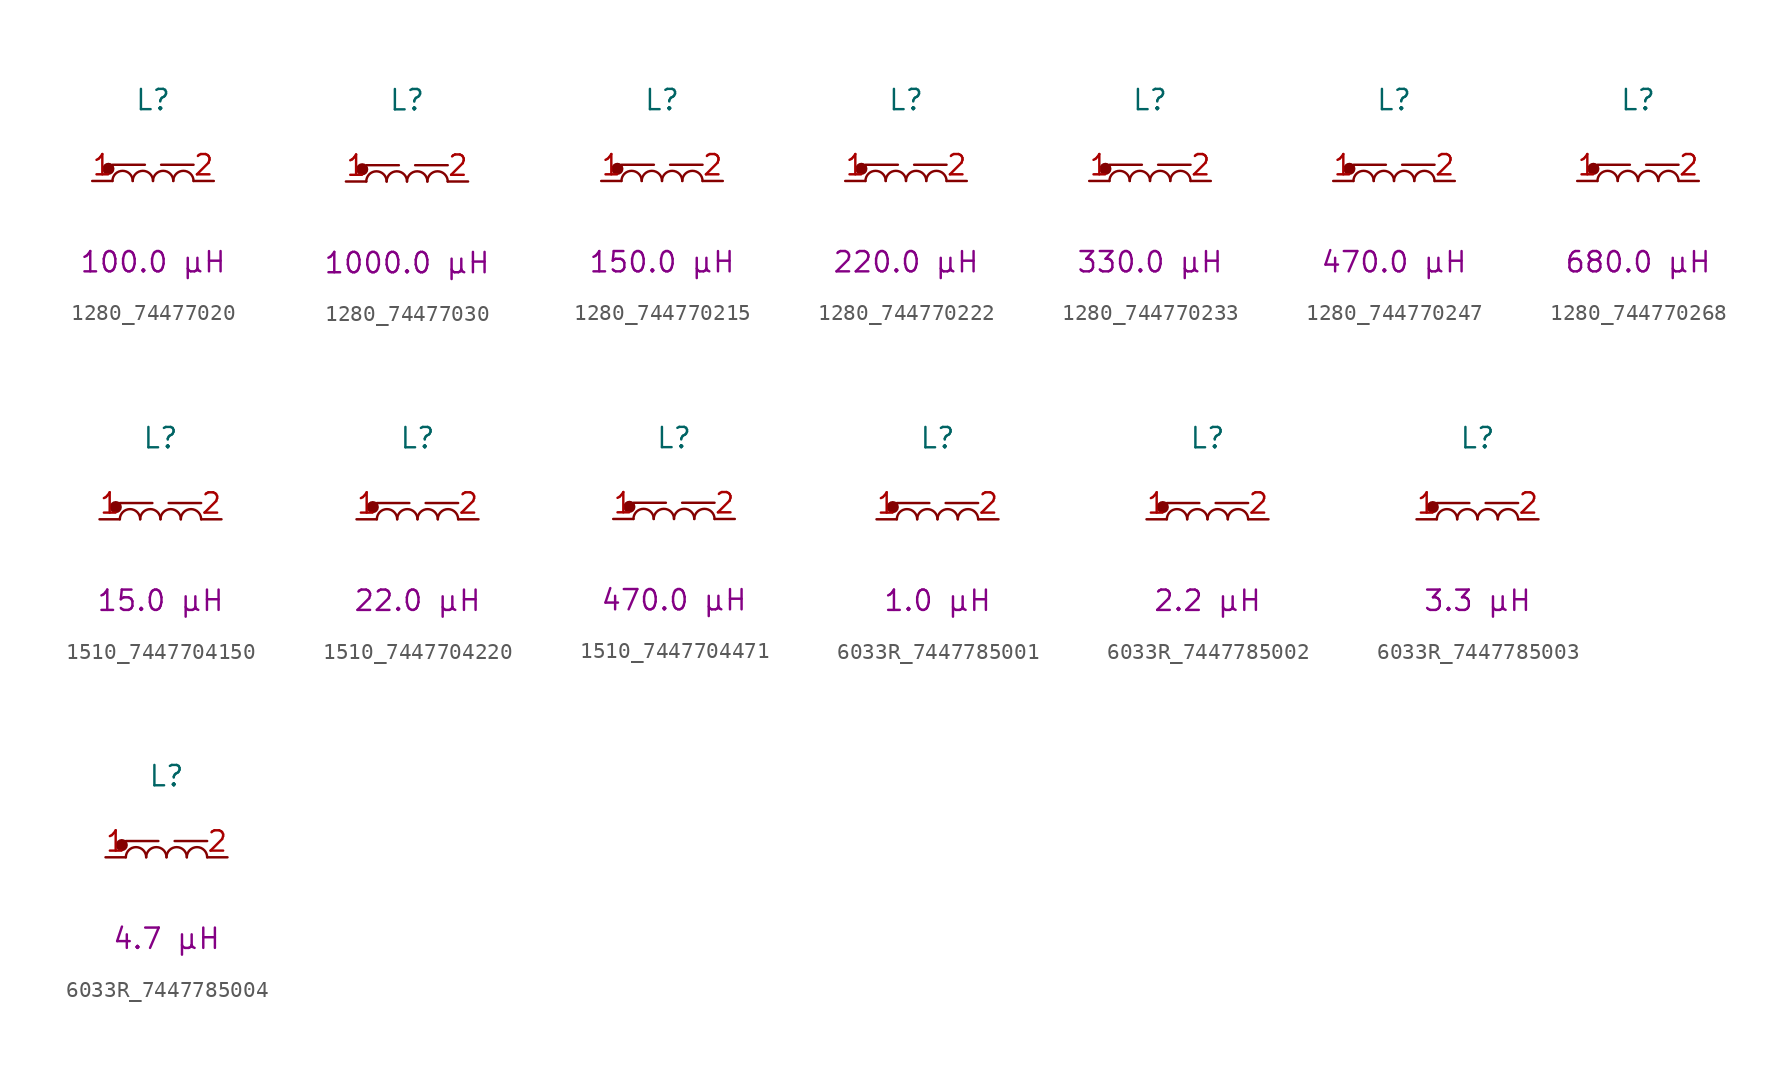
<source format=kicad_sym>
(kicad_symbol_lib
  (version 20220914)
  (generator kicad_symbol_editor)
  (symbol "1280_74477020"
    (pin_names hide)
    (property "Reference" "L"
      (at 0 5.08 0)
      (effects (font (size 1.27 1.27))))
    (property "Critical Parameter" "100.0 µH"
      (at 0 -5.08 0)
      (effects (font (size 1.27 1.27))))
    (symbol "1280_74477020_0_1"
      (arc (start -1.27 0) (mid -1.905 0.6323) (end -2.54 0) (stroke (width 0) (type default)) (fill (type none)))
      (arc (start 0 0) (mid -0.635 0.6323) (end -1.27 0) (stroke (width 0) (type default)) (fill (type none)))
      (polyline (pts (xy -2.54 1.016) (xy -0.508 1.016)) (stroke (width 0) (type default)) (fill (type none)))
      (arc (start 1.27 0) (mid 0.635 0.6323) (end 0 0) (stroke (width 0) (type default)) (fill (type none)))
      (arc (start 2.54 0) (mid 1.905 0.6323) (end 1.27 0) (stroke (width 0) (type default)) (fill (type none))))
    (symbol "1280_74477020_1_1"
      (circle (center -2.794 0.762) (radius 0.0001) (stroke (width 0.381) (type default)) (fill (type none)))
      (polyline (pts (xy 2.54 1.016) (xy 0.508 1.016)) (stroke (width 0) (type default)) (fill (type none)))
      (pin passive line (at -3.81 0 0) (length 1.27) (name "1" (effects (font (size 1.27 1.27)))) (number "1" (effects (font (size 1.27 1.27)))))
      (pin passive line (at 3.81 0 180) (length 1.27) (name "2" (effects (font (size 1.27 1.27)))) (number "2" (effects (font (size 1.27 1.27)))))))
  (symbol "1280_74477030"
    (pin_names hide)
    (property "Reference" "L"
      (at 0 5.08 0)
      (effects (font (size 1.27 1.27))))
    (property "Critical Parameter" "1000.0 µH"
      (at 0 -5.08 0)
      (effects (font (size 1.27 1.27))))
    (symbol "1280_74477030_0_1"
      (arc (start -1.27 0) (mid -1.905 0.6323) (end -2.54 0) (stroke (width 0) (type default)) (fill (type none)))
      (arc (start 0 0) (mid -0.635 0.6323) (end -1.27 0) (stroke (width 0) (type default)) (fill (type none)))
      (polyline (pts (xy -2.54 1.016) (xy -0.508 1.016)) (stroke (width 0) (type default)) (fill (type none)))
      (arc (start 1.27 0) (mid 0.635 0.6323) (end 0 0) (stroke (width 0) (type default)) (fill (type none)))
      (arc (start 2.54 0) (mid 1.905 0.6323) (end 1.27 0) (stroke (width 0) (type default)) (fill (type none))))
    (symbol "1280_74477030_1_1"
      (circle (center -2.794 0.762) (radius 0.0001) (stroke (width 0.381) (type default)) (fill (type none)))
      (polyline (pts (xy 2.54 1.016) (xy 0.508 1.016)) (stroke (width 0) (type default)) (fill (type none)))
      (pin passive line (at -3.81 0 0) (length 1.27) (name "1" (effects (font (size 1.27 1.27)))) (number "1" (effects (font (size 1.27 1.27)))))
      (pin passive line (at 3.81 0 180) (length 1.27) (name "2" (effects (font (size 1.27 1.27)))) (number "2" (effects (font (size 1.27 1.27)))))))
  (symbol "1280_744770215"
    (pin_names hide)
    (property "Reference" "L"
      (at 0 5.08 0)
      (effects (font (size 1.27 1.27))))
    (property "Critical Parameter" "150.0 µH"
      (at 0 -5.08 0)
      (effects (font (size 1.27 1.27))))
    (symbol "1280_744770215_0_1"
      (arc (start -1.27 0) (mid -1.905 0.6323) (end -2.54 0) (stroke (width 0) (type default)) (fill (type none)))
      (arc (start 0 0) (mid -0.635 0.6323) (end -1.27 0) (stroke (width 0) (type default)) (fill (type none)))
      (polyline (pts (xy -2.54 1.016) (xy -0.508 1.016)) (stroke (width 0) (type default)) (fill (type none)))
      (arc (start 1.27 0) (mid 0.635 0.6323) (end 0 0) (stroke (width 0) (type default)) (fill (type none)))
      (arc (start 2.54 0) (mid 1.905 0.6323) (end 1.27 0) (stroke (width 0) (type default)) (fill (type none))))
    (symbol "1280_744770215_1_1"
      (circle (center -2.794 0.762) (radius 0.0001) (stroke (width 0.381) (type default)) (fill (type none)))
      (polyline (pts (xy 2.54 1.016) (xy 0.508 1.016)) (stroke (width 0) (type default)) (fill (type none)))
      (pin passive line (at -3.81 0 0) (length 1.27) (name "1" (effects (font (size 1.27 1.27)))) (number "1" (effects (font (size 1.27 1.27)))))
      (pin passive line (at 3.81 0 180) (length 1.27) (name "2" (effects (font (size 1.27 1.27)))) (number "2" (effects (font (size 1.27 1.27)))))))
  (symbol "1280_744770222"
    (pin_names hide)
    (property "Reference" "L"
      (at 0 5.08 0)
      (effects (font (size 1.27 1.27))))
    (property "Critical Parameter" "220.0 µH"
      (at 0 -5.08 0)
      (effects (font (size 1.27 1.27))))
    (symbol "1280_744770222_0_1"
      (arc (start -1.27 0) (mid -1.905 0.6323) (end -2.54 0) (stroke (width 0) (type default)) (fill (type none)))
      (arc (start 0 0) (mid -0.635 0.6323) (end -1.27 0) (stroke (width 0) (type default)) (fill (type none)))
      (polyline (pts (xy -2.54 1.016) (xy -0.508 1.016)) (stroke (width 0) (type default)) (fill (type none)))
      (arc (start 1.27 0) (mid 0.635 0.6323) (end 0 0) (stroke (width 0) (type default)) (fill (type none)))
      (arc (start 2.54 0) (mid 1.905 0.6323) (end 1.27 0) (stroke (width 0) (type default)) (fill (type none))))
    (symbol "1280_744770222_1_1"
      (circle (center -2.794 0.762) (radius 0.0001) (stroke (width 0.381) (type default)) (fill (type none)))
      (polyline (pts (xy 2.54 1.016) (xy 0.508 1.016)) (stroke (width 0) (type default)) (fill (type none)))
      (pin passive line (at -3.81 0 0) (length 1.27) (name "1" (effects (font (size 1.27 1.27)))) (number "1" (effects (font (size 1.27 1.27)))))
      (pin passive line (at 3.81 0 180) (length 1.27) (name "2" (effects (font (size 1.27 1.27)))) (number "2" (effects (font (size 1.27 1.27)))))))
  (symbol "1280_744770233"
    (pin_names hide)
    (property "Reference" "L"
      (at 0 5.08 0)
      (effects (font (size 1.27 1.27))))
    (property "Critical Parameter" "330.0 µH"
      (at 0 -5.08 0)
      (effects (font (size 1.27 1.27))))
    (symbol "1280_744770233_0_1"
      (arc (start -1.27 0) (mid -1.905 0.6323) (end -2.54 0) (stroke (width 0) (type default)) (fill (type none)))
      (arc (start 0 0) (mid -0.635 0.6323) (end -1.27 0) (stroke (width 0) (type default)) (fill (type none)))
      (polyline (pts (xy -2.54 1.016) (xy -0.508 1.016)) (stroke (width 0) (type default)) (fill (type none)))
      (arc (start 1.27 0) (mid 0.635 0.6323) (end 0 0) (stroke (width 0) (type default)) (fill (type none)))
      (arc (start 2.54 0) (mid 1.905 0.6323) (end 1.27 0) (stroke (width 0) (type default)) (fill (type none))))
    (symbol "1280_744770233_1_1"
      (circle (center -2.794 0.762) (radius 0.0001) (stroke (width 0.381) (type default)) (fill (type none)))
      (polyline (pts (xy 2.54 1.016) (xy 0.508 1.016)) (stroke (width 0) (type default)) (fill (type none)))
      (pin passive line (at -3.81 0 0) (length 1.27) (name "1" (effects (font (size 1.27 1.27)))) (number "1" (effects (font (size 1.27 1.27)))))
      (pin passive line (at 3.81 0 180) (length 1.27) (name "2" (effects (font (size 1.27 1.27)))) (number "2" (effects (font (size 1.27 1.27)))))))
  (symbol "1280_744770247"
    (pin_names hide)
    (property "Reference" "L"
      (at 0 5.08 0)
      (effects (font (size 1.27 1.27))))
    (property "Critical Parameter" "470.0 µH"
      (at 0 -5.08 0)
      (effects (font (size 1.27 1.27))))
    (symbol "1280_744770247_0_1"
      (arc (start -1.27 0) (mid -1.905 0.6323) (end -2.54 0) (stroke (width 0) (type default)) (fill (type none)))
      (arc (start 0 0) (mid -0.635 0.6323) (end -1.27 0) (stroke (width 0) (type default)) (fill (type none)))
      (polyline (pts (xy -2.54 1.016) (xy -0.508 1.016)) (stroke (width 0) (type default)) (fill (type none)))
      (arc (start 1.27 0) (mid 0.635 0.6323) (end 0 0) (stroke (width 0) (type default)) (fill (type none)))
      (arc (start 2.54 0) (mid 1.905 0.6323) (end 1.27 0) (stroke (width 0) (type default)) (fill (type none))))
    (symbol "1280_744770247_1_1"
      (circle (center -2.794 0.762) (radius 0.0001) (stroke (width 0.381) (type default)) (fill (type none)))
      (polyline (pts (xy 2.54 1.016) (xy 0.508 1.016)) (stroke (width 0) (type default)) (fill (type none)))
      (pin passive line (at -3.81 0 0) (length 1.27) (name "1" (effects (font (size 1.27 1.27)))) (number "1" (effects (font (size 1.27 1.27)))))
      (pin passive line (at 3.81 0 180) (length 1.27) (name "2" (effects (font (size 1.27 1.27)))) (number "2" (effects (font (size 1.27 1.27)))))))
  (symbol "1280_744770268"
    (pin_names hide)
    (property "Reference" "L"
      (at 0 5.08 0)
      (effects (font (size 1.27 1.27))))
    (property "Critical Parameter" "680.0 µH"
      (at 0 -5.08 0)
      (effects (font (size 1.27 1.27))))
    (symbol "1280_744770268_0_1"
      (arc (start -1.27 0) (mid -1.905 0.6323) (end -2.54 0) (stroke (width 0) (type default)) (fill (type none)))
      (arc (start 0 0) (mid -0.635 0.6323) (end -1.27 0) (stroke (width 0) (type default)) (fill (type none)))
      (polyline (pts (xy -2.54 1.016) (xy -0.508 1.016)) (stroke (width 0) (type default)) (fill (type none)))
      (arc (start 1.27 0) (mid 0.635 0.6323) (end 0 0) (stroke (width 0) (type default)) (fill (type none)))
      (arc (start 2.54 0) (mid 1.905 0.6323) (end 1.27 0) (stroke (width 0) (type default)) (fill (type none))))
    (symbol "1280_744770268_1_1"
      (circle (center -2.794 0.762) (radius 0.0001) (stroke (width 0.381) (type default)) (fill (type none)))
      (polyline (pts (xy 2.54 1.016) (xy 0.508 1.016)) (stroke (width 0) (type default)) (fill (type none)))
      (pin passive line (at -3.81 0 0) (length 1.27) (name "1" (effects (font (size 1.27 1.27)))) (number "1" (effects (font (size 1.27 1.27)))))
      (pin passive line (at 3.81 0 180) (length 1.27) (name "2" (effects (font (size 1.27 1.27)))) (number "2" (effects (font (size 1.27 1.27)))))))
  (symbol "1510_7447704150"
    (pin_names hide)
    (property "Reference" "L"
      (at 0 5.08 0)
      (effects (font (size 1.27 1.27))))
    (property "Critical Parameter" "15.0 µH"
      (at 0 -5.08 0)
      (effects (font (size 1.27 1.27))))
    (symbol "1510_7447704150_0_1"
      (arc (start -1.27 0) (mid -1.905 0.6323) (end -2.54 0) (stroke (width 0) (type default)) (fill (type none)))
      (arc (start 0 0) (mid -0.635 0.6323) (end -1.27 0) (stroke (width 0) (type default)) (fill (type none)))
      (polyline (pts (xy -2.54 1.016) (xy -0.508 1.016)) (stroke (width 0) (type default)) (fill (type none)))
      (arc (start 1.27 0) (mid 0.635 0.6323) (end 0 0) (stroke (width 0) (type default)) (fill (type none)))
      (arc (start 2.54 0) (mid 1.905 0.6323) (end 1.27 0) (stroke (width 0) (type default)) (fill (type none))))
    (symbol "1510_7447704150_1_1"
      (circle (center -2.794 0.762) (radius 0.0001) (stroke (width 0.381) (type default)) (fill (type none)))
      (polyline (pts (xy 2.54 1.016) (xy 0.508 1.016)) (stroke (width 0) (type default)) (fill (type none)))
      (pin passive line (at -3.81 0 0) (length 1.27) (name "1" (effects (font (size 1.27 1.27)))) (number "1" (effects (font (size 1.27 1.27)))))
      (pin passive line (at 3.81 0 180) (length 1.27) (name "2" (effects (font (size 1.27 1.27)))) (number "2" (effects (font (size 1.27 1.27)))))))
  (symbol "1510_7447704220"
    (pin_names hide)
    (property "Reference" "L"
      (at 0 5.08 0)
      (effects (font (size 1.27 1.27))))
    (property "Critical Parameter" "22.0 µH"
      (at 0 -5.08 0)
      (effects (font (size 1.27 1.27))))
    (symbol "1510_7447704220_0_1"
      (arc (start -1.27 0) (mid -1.905 0.6323) (end -2.54 0) (stroke (width 0) (type default)) (fill (type none)))
      (arc (start 0 0) (mid -0.635 0.6323) (end -1.27 0) (stroke (width 0) (type default)) (fill (type none)))
      (polyline (pts (xy -2.54 1.016) (xy -0.508 1.016)) (stroke (width 0) (type default)) (fill (type none)))
      (arc (start 1.27 0) (mid 0.635 0.6323) (end 0 0) (stroke (width 0) (type default)) (fill (type none)))
      (arc (start 2.54 0) (mid 1.905 0.6323) (end 1.27 0) (stroke (width 0) (type default)) (fill (type none))))
    (symbol "1510_7447704220_1_1"
      (circle (center -2.794 0.762) (radius 0.0001) (stroke (width 0.381) (type default)) (fill (type none)))
      (polyline (pts (xy 2.54 1.016) (xy 0.508 1.016)) (stroke (width 0) (type default)) (fill (type none)))
      (pin passive line (at -3.81 0 0) (length 1.27) (name "1" (effects (font (size 1.27 1.27)))) (number "1" (effects (font (size 1.27 1.27)))))
      (pin passive line (at 3.81 0 180) (length 1.27) (name "2" (effects (font (size 1.27 1.27)))) (number "2" (effects (font (size 1.27 1.27)))))))
  (symbol "1510_7447704471"
    (pin_names hide)
    (property "Reference" "L"
      (at 0 5.08 0)
      (effects (font (size 1.27 1.27))))
    (property "Critical Parameter" "470.0 µH"
      (at 0 -5.08 0)
      (effects (font (size 1.27 1.27))))
    (symbol "1510_7447704471_0_1"
      (arc (start -1.27 0) (mid -1.905 0.6323) (end -2.54 0) (stroke (width 0) (type default)) (fill (type none)))
      (arc (start 0 0) (mid -0.635 0.6323) (end -1.27 0) (stroke (width 0) (type default)) (fill (type none)))
      (polyline (pts (xy -2.54 1.016) (xy -0.508 1.016)) (stroke (width 0) (type default)) (fill (type none)))
      (arc (start 1.27 0) (mid 0.635 0.6323) (end 0 0) (stroke (width 0) (type default)) (fill (type none)))
      (arc (start 2.54 0) (mid 1.905 0.6323) (end 1.27 0) (stroke (width 0) (type default)) (fill (type none))))
    (symbol "1510_7447704471_1_1"
      (circle (center -2.794 0.762) (radius 0.0001) (stroke (width 0.381) (type default)) (fill (type none)))
      (polyline (pts (xy 2.54 1.016) (xy 0.508 1.016)) (stroke (width 0) (type default)) (fill (type none)))
      (pin passive line (at -3.81 0 0) (length 1.27) (name "1" (effects (font (size 1.27 1.27)))) (number "1" (effects (font (size 1.27 1.27)))))
      (pin passive line (at 3.81 0 180) (length 1.27) (name "2" (effects (font (size 1.27 1.27)))) (number "2" (effects (font (size 1.27 1.27)))))))
  (symbol "6033R_7447785001"
    (pin_names hide)
    (property "Reference" "L"
      (at 0 5.08 0)
      (effects (font (size 1.27 1.27))))
    (property "Critical Parameter" "1.0 µH"
      (at 0 -5.08 0)
      (effects (font (size 1.27 1.27))))
    (symbol "6033R_7447785001_0_1"
      (arc (start -1.27 0) (mid -1.905 0.6323) (end -2.54 0) (stroke (width 0) (type default)) (fill (type none)))
      (arc (start 0 0) (mid -0.635 0.6323) (end -1.27 0) (stroke (width 0) (type default)) (fill (type none)))
      (polyline (pts (xy -2.54 1.016) (xy -0.508 1.016)) (stroke (width 0) (type default)) (fill (type none)))
      (arc (start 1.27 0) (mid 0.635 0.6323) (end 0 0) (stroke (width 0) (type default)) (fill (type none)))
      (arc (start 2.54 0) (mid 1.905 0.6323) (end 1.27 0) (stroke (width 0) (type default)) (fill (type none))))
    (symbol "6033R_7447785001_1_1"
      (circle (center -2.794 0.762) (radius 0.0001) (stroke (width 0.381) (type default)) (fill (type none)))
      (polyline (pts (xy 2.54 1.016) (xy 0.508 1.016)) (stroke (width 0) (type default)) (fill (type none)))
      (pin passive line (at -3.81 0 0) (length 1.27) (name "1" (effects (font (size 1.27 1.27)))) (number "1" (effects (font (size 1.27 1.27)))))
      (pin passive line (at 3.81 0 180) (length 1.27) (name "2" (effects (font (size 1.27 1.27)))) (number "2" (effects (font (size 1.27 1.27)))))))
  (symbol "6033R_7447785002"
    (pin_names hide)
    (property "Reference" "L"
      (at 0 5.08 0)
      (effects (font (size 1.27 1.27))))
    (property "Critical Parameter" "2.2 µH"
      (at 0 -5.08 0)
      (effects (font (size 1.27 1.27))))
    (symbol "6033R_7447785002_0_1"
      (arc (start -1.27 0) (mid -1.905 0.6323) (end -2.54 0) (stroke (width 0) (type default)) (fill (type none)))
      (arc (start 0 0) (mid -0.635 0.6323) (end -1.27 0) (stroke (width 0) (type default)) (fill (type none)))
      (polyline (pts (xy -2.54 1.016) (xy -0.508 1.016)) (stroke (width 0) (type default)) (fill (type none)))
      (arc (start 1.27 0) (mid 0.635 0.6323) (end 0 0) (stroke (width 0) (type default)) (fill (type none)))
      (arc (start 2.54 0) (mid 1.905 0.6323) (end 1.27 0) (stroke (width 0) (type default)) (fill (type none))))
    (symbol "6033R_7447785002_1_1"
      (circle (center -2.794 0.762) (radius 0.0001) (stroke (width 0.381) (type default)) (fill (type none)))
      (polyline (pts (xy 2.54 1.016) (xy 0.508 1.016)) (stroke (width 0) (type default)) (fill (type none)))
      (pin passive line (at -3.81 0 0) (length 1.27) (name "1" (effects (font (size 1.27 1.27)))) (number "1" (effects (font (size 1.27 1.27)))))
      (pin passive line (at 3.81 0 180) (length 1.27) (name "2" (effects (font (size 1.27 1.27)))) (number "2" (effects (font (size 1.27 1.27)))))))
  (symbol "6033R_7447785003"
    (pin_names hide)
    (property "Reference" "L"
      (at 0 5.08 0)
      (effects (font (size 1.27 1.27))))
    (property "Critical Parameter" "3.3 µH"
      (at 0 -5.08 0)
      (effects (font (size 1.27 1.27))))
    (symbol "6033R_7447785003_0_1"
      (arc (start -1.27 0) (mid -1.905 0.6323) (end -2.54 0) (stroke (width 0) (type default)) (fill (type none)))
      (arc (start 0 0) (mid -0.635 0.6323) (end -1.27 0) (stroke (width 0) (type default)) (fill (type none)))
      (polyline (pts (xy -2.54 1.016) (xy -0.508 1.016)) (stroke (width 0) (type default)) (fill (type none)))
      (arc (start 1.27 0) (mid 0.635 0.6323) (end 0 0) (stroke (width 0) (type default)) (fill (type none)))
      (arc (start 2.54 0) (mid 1.905 0.6323) (end 1.27 0) (stroke (width 0) (type default)) (fill (type none))))
    (symbol "6033R_7447785003_1_1"
      (circle (center -2.794 0.762) (radius 0.0001) (stroke (width 0.381) (type default)) (fill (type none)))
      (polyline (pts (xy 2.54 1.016) (xy 0.508 1.016)) (stroke (width 0) (type default)) (fill (type none)))
      (pin passive line (at -3.81 0 0) (length 1.27) (name "1" (effects (font (size 1.27 1.27)))) (number "1" (effects (font (size 1.27 1.27)))))
      (pin passive line (at 3.81 0 180) (length 1.27) (name "2" (effects (font (size 1.27 1.27)))) (number "2" (effects (font (size 1.27 1.27)))))))
  (symbol "6033R_7447785004"
    (pin_names hide)
    (property "Reference" "L"
      (at 0 5.08 0)
      (effects (font (size 1.27 1.27))))
    (property "Critical Parameter" "4.7 µH"
      (at 0 -5.08 0)
      (effects (font (size 1.27 1.27))))
    (symbol "6033R_7447785004_0_1"
      (arc (start -1.27 0) (mid -1.905 0.6323) (end -2.54 0) (stroke (width 0) (type default)) (fill (type none)))
      (arc (start 0 0) (mid -0.635 0.6323) (end -1.27 0) (stroke (width 0) (type default)) (fill (type none)))
      (polyline (pts (xy -2.54 1.016) (xy -0.508 1.016)) (stroke (width 0) (type default)) (fill (type none)))
      (arc (start 1.27 0) (mid 0.635 0.6323) (end 0 0) (stroke (width 0) (type default)) (fill (type none)))
      (arc (start 2.54 0) (mid 1.905 0.6323) (end 1.27 0) (stroke (width 0) (type default)) (fill (type none))))
    (symbol "6033R_7447785004_1_1"
      (circle (center -2.794 0.762) (radius 0.0001) (stroke (width 0.381) (type default)) (fill (type none)))
      (polyline (pts (xy 2.54 1.016) (xy 0.508 1.016)) (stroke (width 0) (type default)) (fill (type none)))
      (pin passive line (at -3.81 0 0) (length 1.27) (name "1" (effects (font (size 1.27 1.27)))) (number "1" (effects (font (size 1.27 1.27)))))
      (pin passive line (at 3.81 0 180) (length 1.27) (name "2" (effects (font (size 1.27 1.27)))) (number "2" (effects (font (size 1.27 1.27))))))))
</source>
